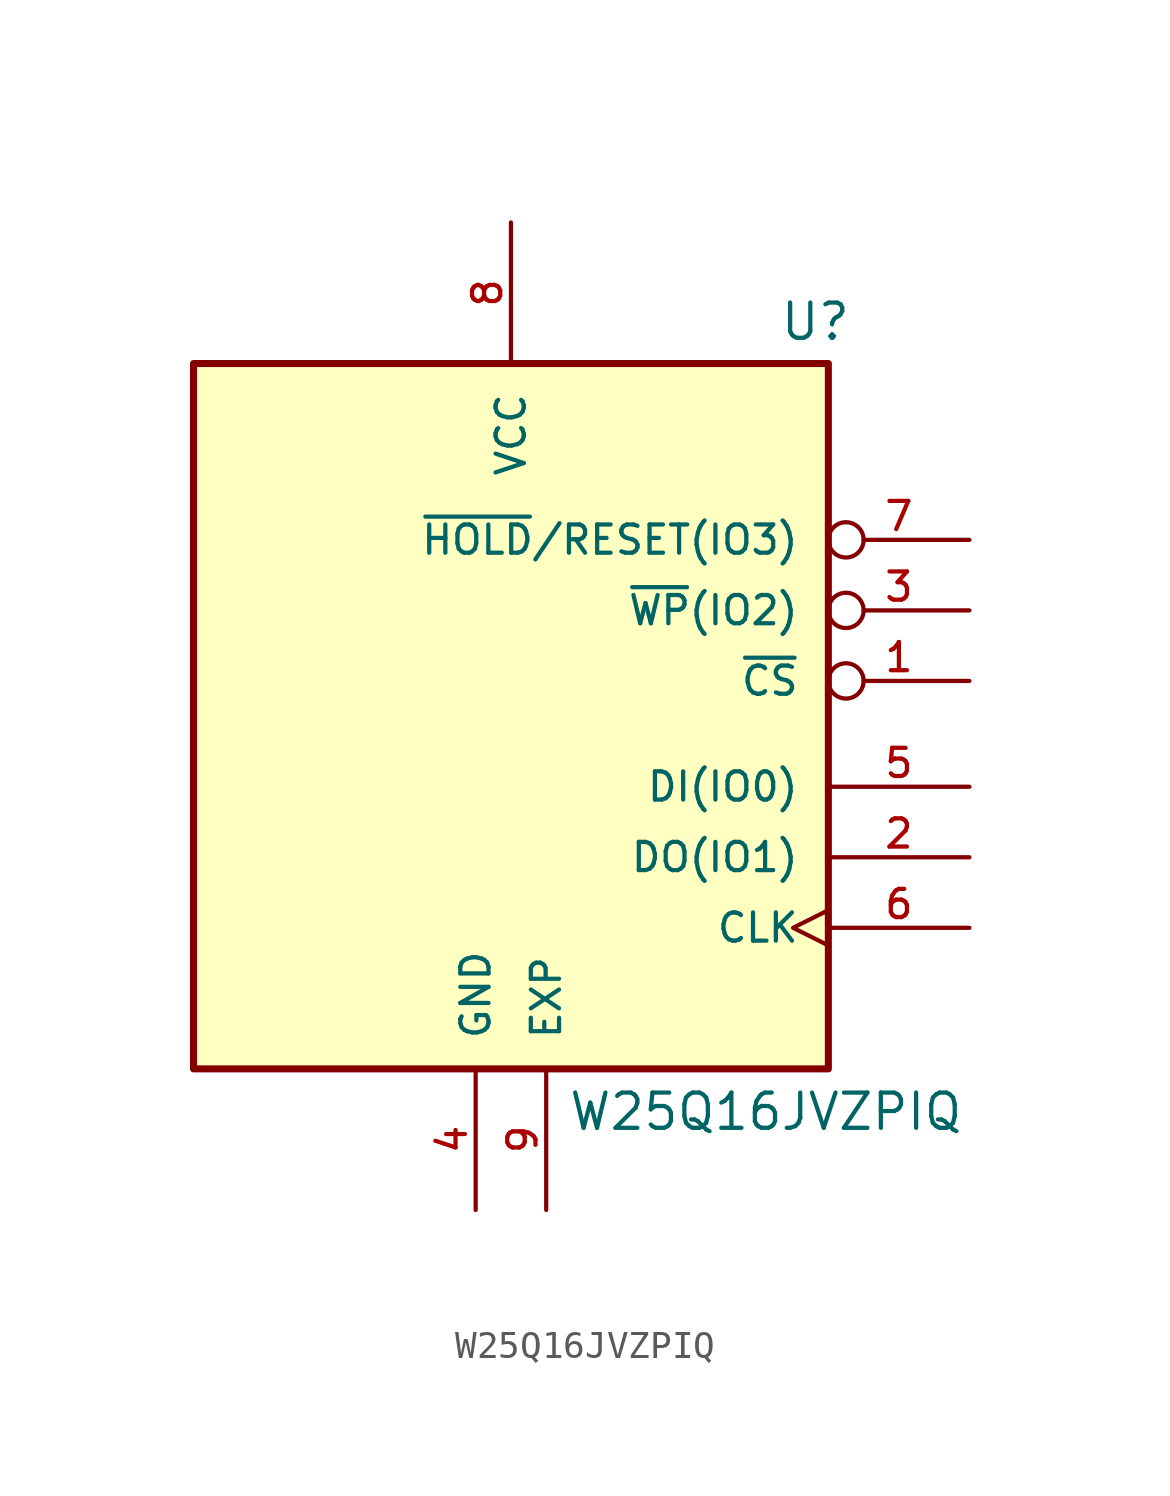
<source format=kicad_sym>
(kicad_symbol_lib
  (version 20231120)
  (generator "kicad_symbol_editor")
  (generator_version "8.0")
  (symbol "W25Q16JVZPIQ"
    (pin_names
      (offset 1.016))
    (property "Reference" "U"
      (at 9.652 13.462 0)
      (effects (font (size 1.27 1.27)) (justify left bottom)))
    (property "Value" "W25Q16JVZPIQ"
      (at 2.032 -14.986 0)
      (effects (font (size 1.27 1.27)) (justify left bottom)))
    (symbol "W25Q16JVZPIQ_0_0"
      (rectangle (start -11.43 12.7) (end 11.43 -12.7) (stroke (width 0.254) (type default)) (fill (type background)))
      (pin bidirectional line (at 16.51 -5.08 180) (length 5.08) (name "DO(IO1)" (effects (font (size 1.016 1.016)))) (number "2" (effects (font (size 1.016 1.016)))))
      (pin power_in line (at -1.27 -17.78 90) (length 5.08) (name "GND" (effects (font (size 1.016 1.016)))) (number "4" (effects (font (size 1.016 1.016)))))
      (pin bidirectional line (at 16.51 -2.54 180) (length 5.08) (name "DI(IO0)" (effects (font (size 1.016 1.016)))) (number "5" (effects (font (size 1.016 1.016)))))
      (pin input clock (at 16.51 -7.62 180) (length 5.08) (name "CLK" (effects (font (size 1.016 1.016)))) (number "6" (effects (font (size 1.016 1.016)))))
      (pin power_in line (at 0 17.78 270) (length 5.08) (name "VCC" (effects (font (size 1.016 1.016)))) (number "8" (effects (font (size 1.016 1.016)))))
      (pin passive line (at 1.27 -17.78 90) (length 5.08) (name "EXP" (effects (font (size 1.016 1.016)))) (number "9" (effects (font (size 1.016 1.016))))))
    (symbol "W25Q16JVZPIQ_1_0"
      (pin input inverted (at 16.51 1.27 180) (length 5.08) (name "~{CS}" (effects (font (size 1.016 1.016)))) (number "1" (effects (font (size 1.016 1.016)))))
      (pin bidirectional inverted (at 16.51 3.81 180) (length 5.08) (name "~{WP}(IO2)" (effects (font (size 1.016 1.016)))) (number "3" (effects (font (size 1.016 1.016)))))
      (pin bidirectional inverted (at 16.51 6.35 180) (length 5.08) (name "~{HOLD}/RESET(IO3)" (effects (font (size 1.016 1.016)))) (number "7" (effects (font (size 1.016 1.016))))))))
</source>
